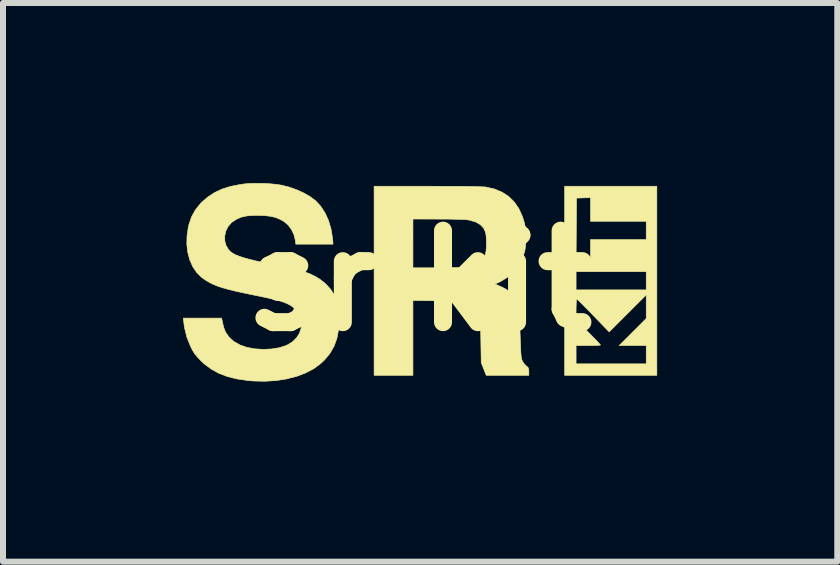
<source format=kicad_pcb>
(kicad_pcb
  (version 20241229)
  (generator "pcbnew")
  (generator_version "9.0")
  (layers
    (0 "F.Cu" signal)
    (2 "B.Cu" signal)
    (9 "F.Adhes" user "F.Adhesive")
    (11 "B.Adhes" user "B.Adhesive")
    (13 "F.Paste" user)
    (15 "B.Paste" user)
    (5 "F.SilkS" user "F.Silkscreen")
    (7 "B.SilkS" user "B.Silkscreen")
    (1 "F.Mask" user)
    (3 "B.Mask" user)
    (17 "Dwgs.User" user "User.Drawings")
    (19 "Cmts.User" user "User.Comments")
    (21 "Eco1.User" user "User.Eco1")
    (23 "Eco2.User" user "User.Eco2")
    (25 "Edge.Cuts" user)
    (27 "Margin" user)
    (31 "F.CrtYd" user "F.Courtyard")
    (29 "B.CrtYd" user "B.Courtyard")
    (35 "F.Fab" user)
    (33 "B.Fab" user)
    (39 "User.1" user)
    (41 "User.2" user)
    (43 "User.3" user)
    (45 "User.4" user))
  (footprint "srikit"
    (layer "F.Cu")
    (at 3.932 1.628)
    (property "Reference" "srikit" (at 0 0 0) (layer "F.SilkS") (effects (font (size 1.524 1.524) (thickness 0.3))))
    (attr through_hole)
    (fp_poly (pts (xy 3.962 1.575) (xy 2.426 1.575) (xy 2.426 0.48) (xy 2.616 0.48) (xy 2.616 0.654) (xy 2.819 0.857) (xy 2.878 0.916) (xy 2.93 0.969) (xy 2.972 1.013) (xy 3.003 1.047) (xy 3.02 1.066) (xy 3.023 1.07) (xy 3.011 1.073) (xy 2.977 1.076) (xy 2.927 1.078) (xy 2.865 1.079) (xy 2.819 1.079) (xy 2.616 1.079) (xy 2.616 1.384) (xy 3.785 1.384) (xy 3.785 1.079) (xy 3.334 1.079) (xy 3.785 0.628) (xy 3.785 0.235) (xy 3.167 0.852) (xy 2.903 0.578) (xy 2.837 0.51) (xy 2.775 0.447) (xy 2.722 0.393) (xy 2.678 0.35) (xy 2.647 0.32) (xy 2.63 0.306) (xy 2.628 0.305) (xy 2.624 0.317) (xy 2.62 0.349) (xy 2.618 0.398) (xy 2.616 0.459) (xy 2.616 0.48) (xy 2.426 0.48) (xy 2.426 -0.152) (xy 2.616 -0.152) (xy 2.616 0.152) (xy 3.785 0.152) (xy 3.785 -0.152) (xy 2.616 -0.152) (xy 2.426 -0.152) (xy 2.426 -0.305) (xy 2.616 -0.305) (xy 2.857 -0.305) (xy 2.857 -0.686) (xy 3.785 -0.686) (xy 3.785 -0.991) (xy 2.857 -0.991) (xy 2.857 -1.385) (xy 2.623 -1.378) (xy 2.616 -0.305) (xy 2.426 -0.305) (xy 2.426 -1.575) (xy 3.962 -1.575) (xy 3.962 1.575)) (stroke (width 0.01) (type solid)) (fill yes) (layer "F.SilkS"))
    (fp_poly (pts (xy 0.143 -1.575) (xy 0.332 -1.574) (xy 0.503 -1.574) (xy 0.656 -1.573) (xy 0.789 -1.572) (xy 0.901 -1.57) (xy 0.992 -1.568) (xy 1.06 -1.565) (xy 1.104 -1.563) (xy 1.118 -1.561) (xy 1.26 -1.528) (xy 1.385 -1.475) (xy 1.494 -1.404) (xy 1.586 -1.313) (xy 1.662 -1.203) (xy 1.721 -1.073) (xy 1.754 -0.969) (xy 1.77 -0.883) (xy 1.779 -0.783) (xy 1.781 -0.679) (xy 1.775 -0.579) (xy 1.761 -0.494) (xy 1.761 -0.492) (xy 1.718 -0.364) (xy 1.652 -0.247) (xy 1.568 -0.142) (xy 1.466 -0.054) (xy 1.349 0.017) (xy 1.324 0.028) (xy 1.266 0.054) (xy 1.341 0.087) (xy 1.39 0.11) (xy 1.438 0.135) (xy 1.465 0.151) (xy 1.508 0.186) (xy 1.553 0.236) (xy 1.593 0.292) (xy 1.62 0.345) (xy 1.624 0.356) (xy 1.639 0.415) (xy 1.652 0.497) (xy 1.664 0.599) (xy 1.674 0.718) (xy 1.682 0.851) (xy 1.687 0.984) (xy 1.691 1.081) (xy 1.694 1.157) (xy 1.697 1.214) (xy 1.701 1.256) (xy 1.705 1.287) (xy 1.711 1.311) (xy 1.719 1.331) (xy 1.724 1.342) (xy 1.75 1.381) (xy 1.781 1.415) (xy 1.79 1.422) (xy 1.814 1.442) (xy 1.825 1.465) (xy 1.829 1.5) (xy 1.829 1.512) (xy 1.829 1.575) (xy 1.119 1.575) (xy 1.036 1.365) (xy 1.029 0.959) (xy 1.027 0.839) (xy 1.024 0.741) (xy 1.021 0.663) (xy 1.017 0.602) (xy 1.011 0.555) (xy 1.004 0.519) (xy 0.993 0.491) (xy 0.98 0.468) (xy 0.963 0.447) (xy 0.942 0.427) (xy 0.938 0.423) (xy 0.915 0.402) (xy 0.892 0.384) (xy 0.867 0.37) (xy 0.838 0.359) (xy 0.801 0.351) (xy 0.753 0.345) (xy 0.693 0.34) (xy 0.616 0.337) (xy 0.521 0.335) (xy 0.405 0.334) (xy 0.34 0.333) (xy -0.102 0.329) (xy -0.102 1.575) (xy -0.749 1.575) (xy -0.749 -0.216) (xy -0.102 -0.216) (xy 0.308 -0.216) (xy 0.412 -0.217) (xy 0.512 -0.218) (xy 0.605 -0.22) (xy 0.685 -0.222) (xy 0.749 -0.225) (xy 0.794 -0.228) (xy 0.806 -0.229) (xy 0.908 -0.252) (xy 0.989 -0.29) (xy 1.051 -0.342) (xy 1.093 -0.411) (xy 1.107 -0.45) (xy 1.116 -0.494) (xy 1.121 -0.556) (xy 1.122 -0.627) (xy 1.121 -0.697) (xy 1.116 -0.76) (xy 1.108 -0.807) (xy 1.107 -0.81) (xy 1.074 -0.88) (xy 1.019 -0.937) (xy 0.944 -0.979) (xy 0.847 -1.008) (xy 0.804 -1.016) (xy 0.77 -1.019) (xy 0.714 -1.022) (xy 0.641 -1.024) (xy 0.554 -1.026) (xy 0.457 -1.028) (xy 0.354 -1.028) (xy 0.308 -1.028) (xy -0.102 -1.029) (xy -0.102 -0.216) (xy -0.749 -0.216) (xy -0.749 -1.575) (xy 0.143 -1.575)) (stroke (width 0.01) (type solid)) (fill yes) (layer "F.SilkS"))
    (fp_poly (pts (xy -2.594 -1.622) (xy -2.482 -1.616) (xy -2.379 -1.606) (xy -2.299 -1.594) (xy -2.169 -1.562) (xy -2.041 -1.517) (xy -1.92 -1.462) (xy -1.812 -1.4) (xy -1.723 -1.333) (xy -1.639 -1.242) (xy -1.567 -1.132) (xy -1.509 -1.005) (xy -1.467 -0.864) (xy -1.442 -0.713) (xy -1.441 -0.702) (xy -1.433 -0.61) (xy -2.054 -0.61) (xy -2.061 -0.674) (xy -2.084 -0.766) (xy -2.125 -0.853) (xy -2.183 -0.93) (xy -2.253 -0.989) (xy -2.267 -0.997) (xy -2.332 -1.032) (xy -2.397 -1.057) (xy -2.469 -1.073) (xy -2.553 -1.084) (xy -2.642 -1.089) (xy -2.767 -1.089) (xy -2.873 -1.08) (xy -2.962 -1.06) (xy -3.039 -1.027) (xy -3.108 -0.982) (xy -3.13 -0.964) (xy -3.185 -0.9) (xy -3.221 -0.825) (xy -3.238 -0.743) (xy -3.236 -0.661) (xy -3.213 -0.582) (xy -3.17 -0.513) (xy -3.169 -0.512) (xy -3.141 -0.484) (xy -3.104 -0.458) (xy -3.058 -0.433) (xy -2.999 -0.409) (xy -2.926 -0.385) (xy -2.837 -0.36) (xy -2.731 -0.334) (xy -2.604 -0.306) (xy -2.457 -0.275) (xy -2.311 -0.247) (xy -2.156 -0.215) (xy -2.023 -0.183) (xy -1.91 -0.149) (xy -1.812 -0.113) (xy -1.727 -0.071) (xy -1.652 -0.025) (xy -1.583 0.028) (xy -1.55 0.058) (xy -1.474 0.141) (xy -1.416 0.231) (xy -1.374 0.331) (xy -1.347 0.445) (xy -1.334 0.576) (xy -1.332 0.654) (xy -1.341 0.815) (xy -1.369 0.961) (xy -1.417 1.092) (xy -1.486 1.211) (xy -1.576 1.32) (xy -1.642 1.382) (xy -1.757 1.466) (xy -1.891 1.536) (xy -2.042 1.593) (xy -2.207 1.635) (xy -2.383 1.663) (xy -2.569 1.674) (xy -2.761 1.67) (xy -2.851 1.662) (xy -3.031 1.636) (xy -3.192 1.596) (xy -3.335 1.542) (xy -3.463 1.471) (xy -3.579 1.385) (xy -3.64 1.327) (xy -3.694 1.27) (xy -3.735 1.22) (xy -3.769 1.167) (xy -3.802 1.104) (xy -3.867 0.945) (xy -3.908 0.781) (xy -3.918 0.708) (xy -3.927 0.622) (xy -3.29 0.622) (xy -3.282 0.657) (xy -3.267 0.727) (xy -3.254 0.778) (xy -3.24 0.818) (xy -3.223 0.854) (xy -3.216 0.868) (xy -3.158 0.949) (xy -3.079 1.016) (xy -2.982 1.07) (xy -2.867 1.11) (xy -2.738 1.134) (xy -2.595 1.143) (xy -2.592 1.143) (xy -2.456 1.136) (xy -2.331 1.116) (xy -2.224 1.082) (xy -2.188 1.066) (xy -2.104 1.013) (xy -2.038 0.947) (xy -1.992 0.873) (xy -1.965 0.792) (xy -1.958 0.709) (xy -1.97 0.627) (xy -2.002 0.55) (xy -2.054 0.479) (xy -2.126 0.42) (xy -2.165 0.397) (xy -2.202 0.379) (xy -2.24 0.363) (xy -2.282 0.348) (xy -2.331 0.333) (xy -2.39 0.317) (xy -2.462 0.3) (xy -2.551 0.28) (xy -2.659 0.257) (xy -2.769 0.235) (xy -2.925 0.202) (xy -3.058 0.173) (xy -3.172 0.145) (xy -3.269 0.118) (xy -3.352 0.091) (xy -3.423 0.062) (xy -3.486 0.032) (xy -3.543 -0.001) (xy -3.596 -0.037) (xy -3.624 -0.058) (xy -3.704 -0.137) (xy -3.77 -0.234) (xy -3.82 -0.347) (xy -3.853 -0.471) (xy -3.869 -0.605) (xy -3.866 -0.745) (xy -3.845 -0.89) (xy -3.834 -0.937) (xy -3.79 -1.066) (xy -3.726 -1.182) (xy -3.639 -1.289) (xy -3.62 -1.308) (xy -3.518 -1.397) (xy -3.406 -1.47) (xy -3.282 -1.528) (xy -3.142 -1.572) (xy -2.984 -1.603) (xy -2.907 -1.614) (xy -2.815 -1.621) (xy -2.708 -1.623) (xy -2.594 -1.622)) (stroke (width 0.01) (type solid)) (fill yes) (layer "F.SilkS")))
  (gr_rect
    (start -3 -3)
    (end 10.9 6.308)
    (stroke (width 0.1) (type default))
    (fill no)
    (layer "Edge.Cuts")))
</source>
